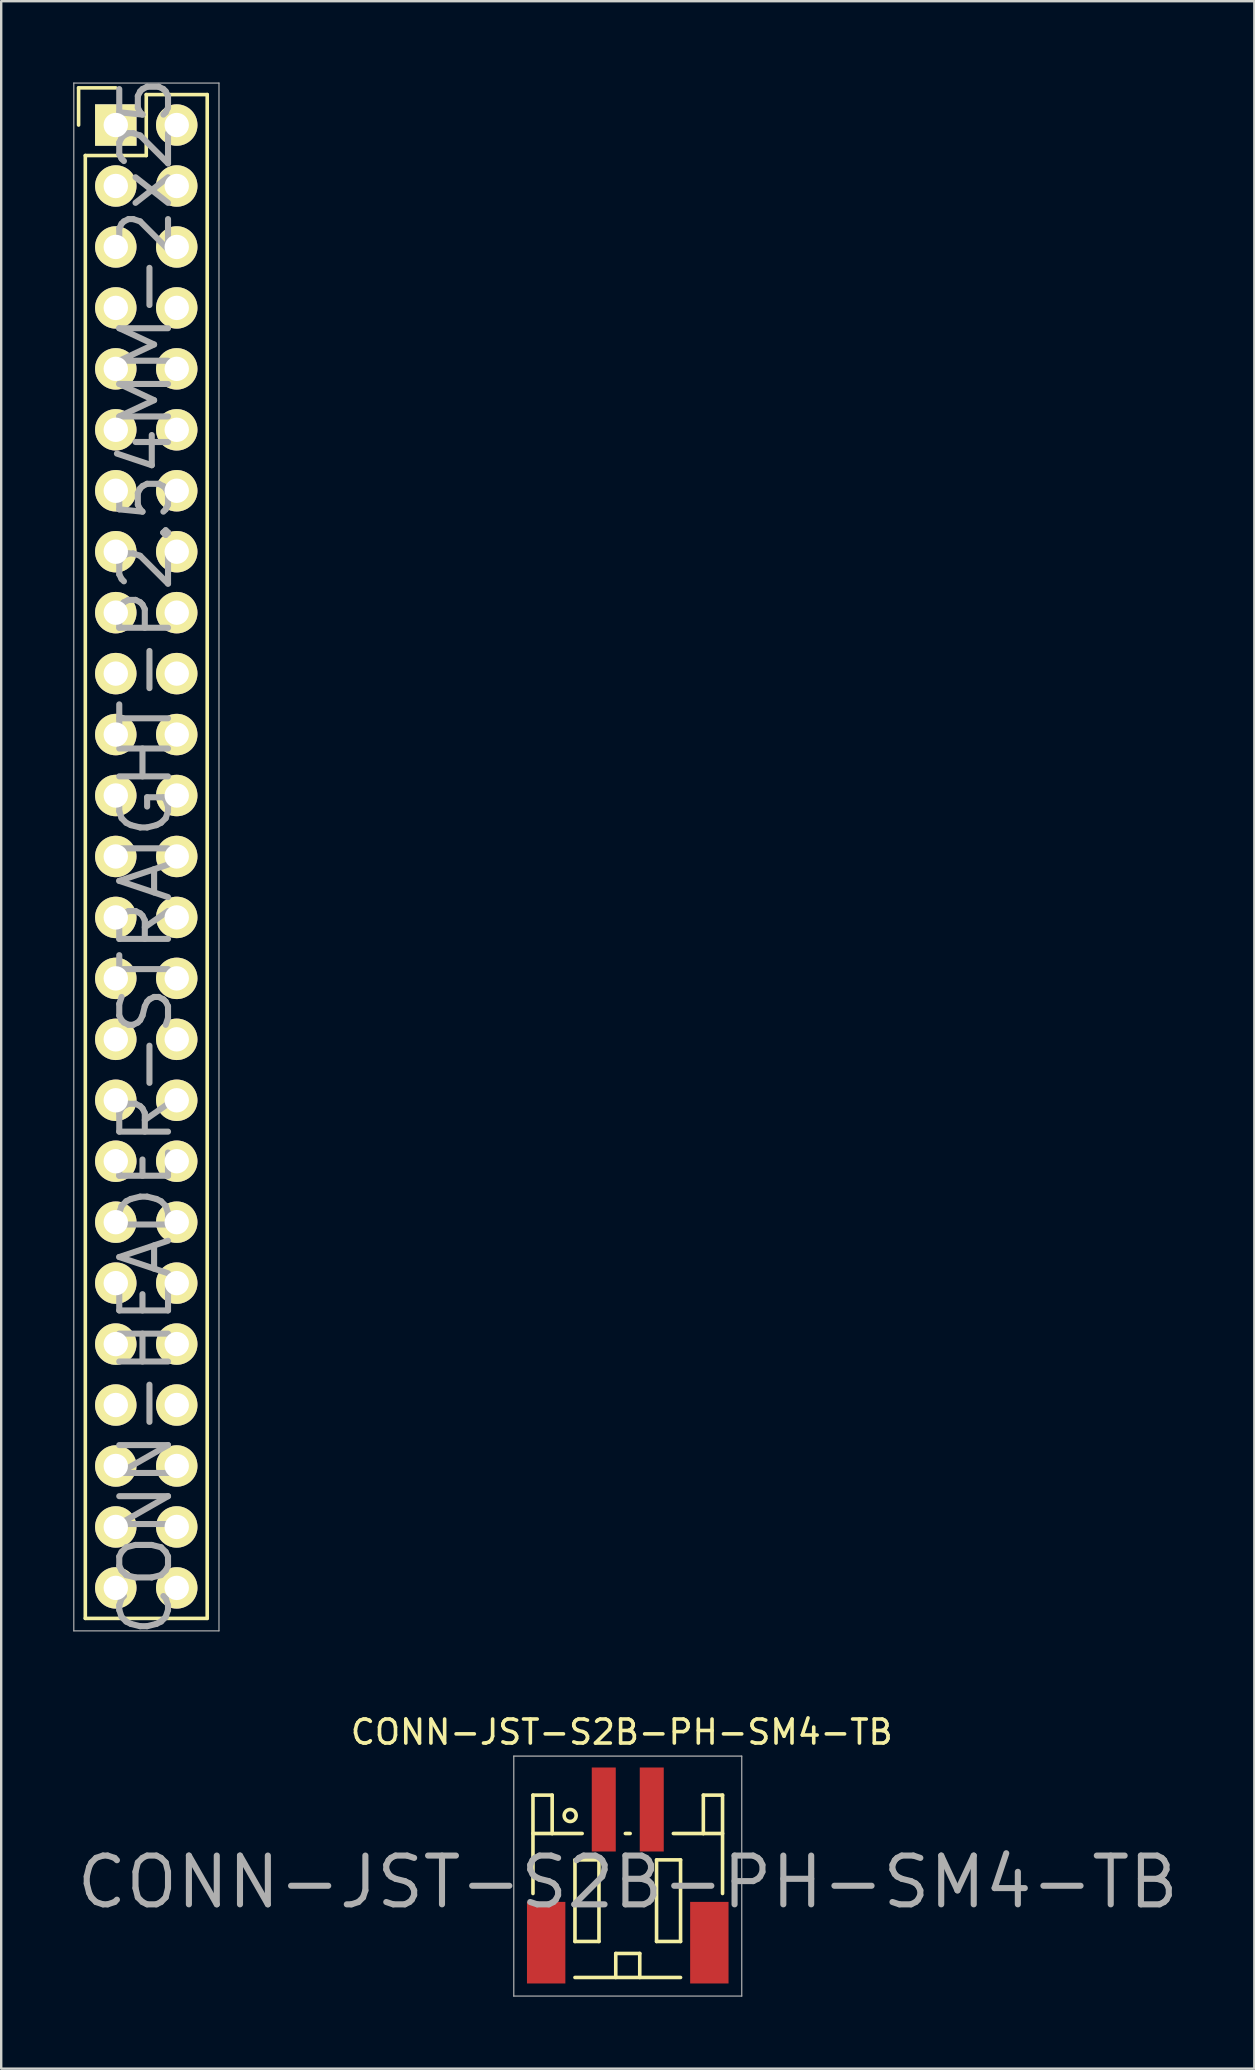
<source format=kicad_pcb>
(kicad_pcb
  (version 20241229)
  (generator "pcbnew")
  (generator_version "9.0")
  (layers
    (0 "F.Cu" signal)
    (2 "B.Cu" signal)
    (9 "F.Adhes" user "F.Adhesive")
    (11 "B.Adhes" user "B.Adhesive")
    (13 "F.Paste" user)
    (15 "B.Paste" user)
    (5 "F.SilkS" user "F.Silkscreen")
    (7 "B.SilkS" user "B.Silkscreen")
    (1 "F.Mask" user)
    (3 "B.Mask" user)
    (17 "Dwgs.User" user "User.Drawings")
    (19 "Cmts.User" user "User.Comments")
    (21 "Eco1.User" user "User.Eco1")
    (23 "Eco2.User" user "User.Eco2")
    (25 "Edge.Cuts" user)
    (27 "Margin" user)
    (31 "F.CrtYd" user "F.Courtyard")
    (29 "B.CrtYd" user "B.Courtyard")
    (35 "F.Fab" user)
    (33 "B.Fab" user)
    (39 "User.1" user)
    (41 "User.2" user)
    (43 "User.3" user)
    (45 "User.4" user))
  (footprint "CONN-JST-S2B-PH-SM4-TB"
    (layer "F.Cu")
    (at 23.11 75.131)
    (property "Reference" "CONN-JST-S2B-PH-SM4-TB" (at 0 0.25 0) (layer "F.Fab") (effects (font (size 2.032 2.032) (thickness 0.254))))
    (attr smd)
    (fp_line (start -3.95 -3.375) (end -3.95 0.725) (stroke (width 0.15) (type solid)) (layer "F.SilkS"))
    (fp_line (start -3.15 -3.375) (end -3.95 -3.375) (stroke (width 0.15) (type solid)) (layer "F.SilkS"))
    (fp_line (start -3.15 -1.775) (end -3.95 -1.775) (stroke (width 0.15) (type solid)) (layer "F.SilkS"))
    (fp_line (start -3.15 -1.775) (end -3.15 -3.375) (stroke (width 0.15) (type solid)) (layer "F.SilkS"))
    (fp_line (start -2.2 -0.675) (end -2.2 2.725) (stroke (width 0.15) (type solid)) (layer "F.SilkS"))
    (fp_line (start -2.2 2.725) (end -1.2 2.725) (stroke (width 0.15) (type solid)) (layer "F.SilkS"))
    (fp_line (start -2.2 4.225) (end 2.2 4.225) (stroke (width 0.15) (type solid)) (layer "F.SilkS"))
    (fp_line (start -1.9 -1.775) (end -3.15 -1.775) (stroke (width 0.15) (type solid)) (layer "F.SilkS"))
    (fp_line (start -1.2 -0.675) (end -2.2 -0.675) (stroke (width 0.15) (type solid)) (layer "F.SilkS"))
    (fp_line (start -1.2 2.725) (end -1.2 -0.675) (stroke (width 0.15) (type solid)) (layer "F.SilkS"))
    (fp_line (start -0.5 3.225) (end 0.5 3.225) (stroke (width 0.15) (type solid)) (layer "F.SilkS"))
    (fp_line (start -0.5 4.225) (end -0.5 3.225) (stroke (width 0.15) (type solid)) (layer "F.SilkS"))
    (fp_line (start -0.1 -1.775) (end 0.1 -1.775) (stroke (width 0.15) (type solid)) (layer "F.SilkS"))
    (fp_line (start 0.5 3.225) (end 0.5 4.225) (stroke (width 0.15) (type solid)) (layer "F.SilkS"))
    (fp_line (start 1.2 -0.675) (end 2.2 -0.675) (stroke (width 0.15) (type solid)) (layer "F.SilkS"))
    (fp_line (start 1.2 2.725) (end 1.2 -0.675) (stroke (width 0.15) (type solid)) (layer "F.SilkS"))
    (fp_line (start 1.9 -1.775) (end 3.15 -1.775) (stroke (width 0.15) (type solid)) (layer "F.SilkS"))
    (fp_line (start 2.2 -0.675) (end 2.2 2.725) (stroke (width 0.15) (type solid)) (layer "F.SilkS"))
    (fp_line (start 2.2 2.725) (end 1.2 2.725) (stroke (width 0.15) (type solid)) (layer "F.SilkS"))
    (fp_line (start 3.15 -3.375) (end 3.95 -3.375) (stroke (width 0.15) (type solid)) (layer "F.SilkS"))
    (fp_line (start 3.15 -1.775) (end 3.15 -3.375) (stroke (width 0.15) (type solid)) (layer "F.SilkS"))
    (fp_line (start 3.15 -1.775) (end 3.95 -1.775) (stroke (width 0.15) (type solid)) (layer "F.SilkS"))
    (fp_line (start 3.95 -3.375) (end 3.95 0.725) (stroke (width 0.15) (type solid)) (layer "F.SilkS"))
    (fp_circle (center -2.4 -2.525) (end -2.15 -2.525) (stroke (width 0.15) (type solid)) (fill no) (layer "F.SilkS"))
    (fp_line (start -4.75 -5) (end 4.75 -5) (stroke (width 0.051) (type solid)) (layer "F.Fab"))
    (fp_line (start -4.75 5) (end -4.75 -5) (stroke (width 0.051) (type solid)) (layer "F.Fab"))
    (fp_line (start 4.75 -5) (end 4.75 5) (stroke (width 0.051) (type solid)) (layer "F.Fab"))
    (fp_line (start 4.75 5) (end -4.75 5) (stroke (width 0.051) (type solid)) (layer "F.Fab"))
    (fp_text user "${REFERENCE}" (at -0.25 -6 0) (layer "F.SilkS") (effects (font (size 1 1) (thickness 0.15))))
    (pad "" smd rect (at -3.4 2.775) (size 1.6 3.4) (layers "F.Cu" "F.Mask" "F.Paste"))
    (pad "" smd rect (at 3.4 2.775) (size 1.6 3.4) (layers "F.Cu" "F.Mask" "F.Paste"))
    (pad "1" smd rect (at -1 -2.775) (size 1 3.5) (layers "F.Cu" "F.Mask" "F.Paste"))
    (pad "2" smd rect (at 1 -2.775) (size 1 3.5) (layers "F.Cu" "F.Mask" "F.Paste")))
  (footprint "CONN-HEADER-STRAIGHT-P2.54MM-2x25"
    (layer "F.Cu")
    (at 3.045 32.641)
    (property "Reference" "CONN-HEADER-STRAIGHT-P2.54MM-2x25" (at -0.02 0 90) (layer "F.Fab") (effects (font (size 2.032 2.032) (thickness 0.254))))
    (attr smd)
    (fp_line (start -2.82 -32.03) (end -2.82 -30.48) (stroke (width 0.15) (type solid)) (layer "F.SilkS"))
    (fp_line (start -2.54 -29.21) (end -2.54 31.75) (stroke (width 0.15) (type solid)) (layer "F.SilkS"))
    (fp_line (start -1.27 -32.03) (end -2.82 -32.03) (stroke (width 0.15) (type solid)) (layer "F.SilkS"))
    (fp_line (start 0 -31.75) (end 0 -29.21) (stroke (width 0.15) (type solid)) (layer "F.SilkS"))
    (fp_line (start 0 -29.21) (end -2.54 -29.21) (stroke (width 0.15) (type solid)) (layer "F.SilkS"))
    (fp_line (start 2.54 -31.75) (end 0 -31.75) (stroke (width 0.15) (type solid)) (layer "F.SilkS"))
    (fp_line (start 2.54 31.75) (end -2.54 31.75) (stroke (width 0.15) (type solid)) (layer "F.SilkS"))
    (fp_line (start 2.54 31.75) (end 2.54 -31.75) (stroke (width 0.15) (type solid)) (layer "F.SilkS"))
    (fp_line (start -3.02 -32.23) (end -3.02 32.27) (stroke (width 0.05) (type solid)) (layer "F.Fab"))
    (fp_line (start -3.02 -32.23) (end 3.03 -32.23) (stroke (width 0.05) (type solid)) (layer "F.Fab"))
    (fp_line (start -3.02 32.27) (end 3.03 32.27) (stroke (width 0.05) (type solid)) (layer "F.Fab"))
    (fp_line (start 3.03 -32.23) (end 3.03 32.27) (stroke (width 0.05) (type solid)) (layer "F.Fab"))
    (pad "1" thru_hole rect (at -1.27 -30.48) (size 1.727 1.727) (drill 1.016) (layers "*.Cu" "*.Mask" "F.SilkS"))
    (pad "2" thru_hole oval (at 1.27 -30.48) (size 1.727 1.727) (drill 1.016) (layers "*.Cu" "*.Mask" "F.SilkS"))
    (pad "3" thru_hole oval (at -1.27 -27.94) (size 1.727 1.727) (drill 1.016) (layers "*.Cu" "*.Mask" "F.SilkS"))
    (pad "4" thru_hole oval (at 1.27 -27.94) (size 1.727 1.727) (drill 1.016) (layers "*.Cu" "*.Mask" "F.SilkS"))
    (pad "5" thru_hole oval (at -1.27 -25.4) (size 1.727 1.727) (drill 1.016) (layers "*.Cu" "*.Mask" "F.SilkS"))
    (pad "6" thru_hole oval (at 1.27 -25.4) (size 1.727 1.727) (drill 1.016) (layers "*.Cu" "*.Mask" "F.SilkS"))
    (pad "7" thru_hole oval (at -1.27 -22.86) (size 1.727 1.727) (drill 1.016) (layers "*.Cu" "*.Mask" "F.SilkS"))
    (pad "8" thru_hole oval (at 1.27 -22.86) (size 1.727 1.727) (drill 1.016) (layers "*.Cu" "*.Mask" "F.SilkS"))
    (pad "9" thru_hole oval (at -1.27 -20.32) (size 1.727 1.727) (drill 1.016) (layers "*.Cu" "*.Mask" "F.SilkS"))
    (pad "10" thru_hole oval (at 1.27 -20.32) (size 1.727 1.727) (drill 1.016) (layers "*.Cu" "*.Mask" "F.SilkS"))
    (pad "11" thru_hole oval (at -1.27 -17.78) (size 1.727 1.727) (drill 1.016) (layers "*.Cu" "*.Mask" "F.SilkS"))
    (pad "12" thru_hole oval (at 1.27 -17.78) (size 1.727 1.727) (drill 1.016) (layers "*.Cu" "*.Mask" "F.SilkS"))
    (pad "13" thru_hole oval (at -1.27 -15.24) (size 1.727 1.727) (drill 1.016) (layers "*.Cu" "*.Mask" "F.SilkS"))
    (pad "14" thru_hole oval (at 1.27 -15.24) (size 1.727 1.727) (drill 1.016) (layers "*.Cu" "*.Mask" "F.SilkS"))
    (pad "15" thru_hole oval (at -1.27 -12.7) (size 1.727 1.727) (drill 1.016) (layers "*.Cu" "*.Mask" "F.SilkS"))
    (pad "16" thru_hole oval (at 1.27 -12.7) (size 1.727 1.727) (drill 1.016) (layers "*.Cu" "*.Mask" "F.SilkS"))
    (pad "17" thru_hole oval (at -1.27 -10.16) (size 1.727 1.727) (drill 1.016) (layers "*.Cu" "*.Mask" "F.SilkS"))
    (pad "18" thru_hole oval (at 1.27 -10.16) (size 1.727 1.727) (drill 1.016) (layers "*.Cu" "*.Mask" "F.SilkS"))
    (pad "19" thru_hole oval (at -1.27 -7.62) (size 1.727 1.727) (drill 1.016) (layers "*.Cu" "*.Mask" "F.SilkS"))
    (pad "20" thru_hole oval (at 1.27 -7.62) (size 1.727 1.727) (drill 1.016) (layers "*.Cu" "*.Mask" "F.SilkS"))
    (pad "21" thru_hole oval (at -1.27 -5.08) (size 1.727 1.727) (drill 1.016) (layers "*.Cu" "*.Mask" "F.SilkS"))
    (pad "22" thru_hole oval (at 1.27 -5.08) (size 1.727 1.727) (drill 1.016) (layers "*.Cu" "*.Mask" "F.SilkS"))
    (pad "23" thru_hole oval (at -1.27 -2.54) (size 1.727 1.727) (drill 1.016) (layers "*.Cu" "*.Mask" "F.SilkS"))
    (pad "24" thru_hole oval (at 1.27 -2.54) (size 1.727 1.727) (drill 1.016) (layers "*.Cu" "*.Mask" "F.SilkS"))
    (pad "25" thru_hole oval (at -1.27 0) (size 1.727 1.727) (drill 1.016) (layers "*.Cu" "*.Mask" "F.SilkS"))
    (pad "26" thru_hole oval (at 1.27 0) (size 1.727 1.727) (drill 1.016) (layers "*.Cu" "*.Mask" "F.SilkS"))
    (pad "27" thru_hole oval (at -1.27 2.54) (size 1.727 1.727) (drill 1.016) (layers "*.Cu" "*.Mask" "F.SilkS"))
    (pad "28" thru_hole oval (at 1.27 2.54) (size 1.727 1.727) (drill 1.016) (layers "*.Cu" "*.Mask" "F.SilkS"))
    (pad "29" thru_hole oval (at -1.27 5.08) (size 1.727 1.727) (drill 1.016) (layers "*.Cu" "*.Mask" "F.SilkS"))
    (pad "30" thru_hole oval (at 1.27 5.08) (size 1.727 1.727) (drill 1.016) (layers "*.Cu" "*.Mask" "F.SilkS"))
    (pad "31" thru_hole oval (at -1.27 7.62) (size 1.727 1.727) (drill 1.016) (layers "*.Cu" "*.Mask" "F.SilkS"))
    (pad "32" thru_hole oval (at 1.27 7.62) (size 1.727 1.727) (drill 1.016) (layers "*.Cu" "*.Mask" "F.SilkS"))
    (pad "33" thru_hole oval (at -1.27 10.16) (size 1.727 1.727) (drill 1.016) (layers "*.Cu" "*.Mask" "F.SilkS"))
    (pad "34" thru_hole oval (at 1.27 10.16) (size 1.727 1.727) (drill 1.016) (layers "*.Cu" "*.Mask" "F.SilkS"))
    (pad "35" thru_hole oval (at -1.27 12.7) (size 1.727 1.727) (drill 1.016) (layers "*.Cu" "*.Mask" "F.SilkS"))
    (pad "36" thru_hole oval (at 1.27 12.7) (size 1.727 1.727) (drill 1.016) (layers "*.Cu" "*.Mask" "F.SilkS"))
    (pad "37" thru_hole oval (at -1.27 15.24) (size 1.727 1.727) (drill 1.016) (layers "*.Cu" "*.Mask" "F.SilkS"))
    (pad "38" thru_hole oval (at 1.27 15.24) (size 1.727 1.727) (drill 1.016) (layers "*.Cu" "*.Mask" "F.SilkS"))
    (pad "39" thru_hole oval (at -1.27 17.78) (size 1.727 1.727) (drill 1.016) (layers "*.Cu" "*.Mask" "F.SilkS"))
    (pad "40" thru_hole oval (at 1.27 17.78) (size 1.727 1.727) (drill 1.016) (layers "*.Cu" "*.Mask" "F.SilkS"))
    (pad "41" thru_hole oval (at -1.27 20.32) (size 1.727 1.727) (drill 1.016) (layers "*.Cu" "*.Mask" "F.SilkS"))
    (pad "42" thru_hole oval (at 1.27 20.32) (size 1.727 1.727) (drill 1.016) (layers "*.Cu" "*.Mask" "F.SilkS"))
    (pad "43" thru_hole oval (at -1.27 22.86) (size 1.727 1.727) (drill 1.016) (layers "*.Cu" "*.Mask" "F.SilkS"))
    (pad "44" thru_hole oval (at 1.27 22.86) (size 1.727 1.727) (drill 1.016) (layers "*.Cu" "*.Mask" "F.SilkS"))
    (pad "45" thru_hole oval (at -1.27 25.4) (size 1.727 1.727) (drill 1.016) (layers "*.Cu" "*.Mask" "F.SilkS"))
    (pad "46" thru_hole oval (at 1.27 25.4) (size 1.727 1.727) (drill 1.016) (layers "*.Cu" "*.Mask" "F.SilkS"))
    (pad "47" thru_hole oval (at -1.27 27.94) (size 1.727 1.727) (drill 1.016) (layers "*.Cu" "*.Mask" "F.SilkS"))
    (pad "48" thru_hole oval (at 1.27 27.94) (size 1.727 1.727) (drill 1.016) (layers "*.Cu" "*.Mask" "F.SilkS"))
    (pad "49" thru_hole oval (at -1.27 30.48) (size 1.727 1.727) (drill 1.016) (layers "*.Cu" "*.Mask" "F.SilkS"))
    (pad "50" thru_hole oval (at 1.27 30.48) (size 1.727 1.727) (drill 1.016) (layers "*.Cu" "*.Mask" "F.SilkS")))
  (gr_rect
    (start -3 -3)
    (end 49.221 83.156)
    (stroke (width 0.1) (type default))
    (fill no)
    (layer "Edge.Cuts")))
</source>
